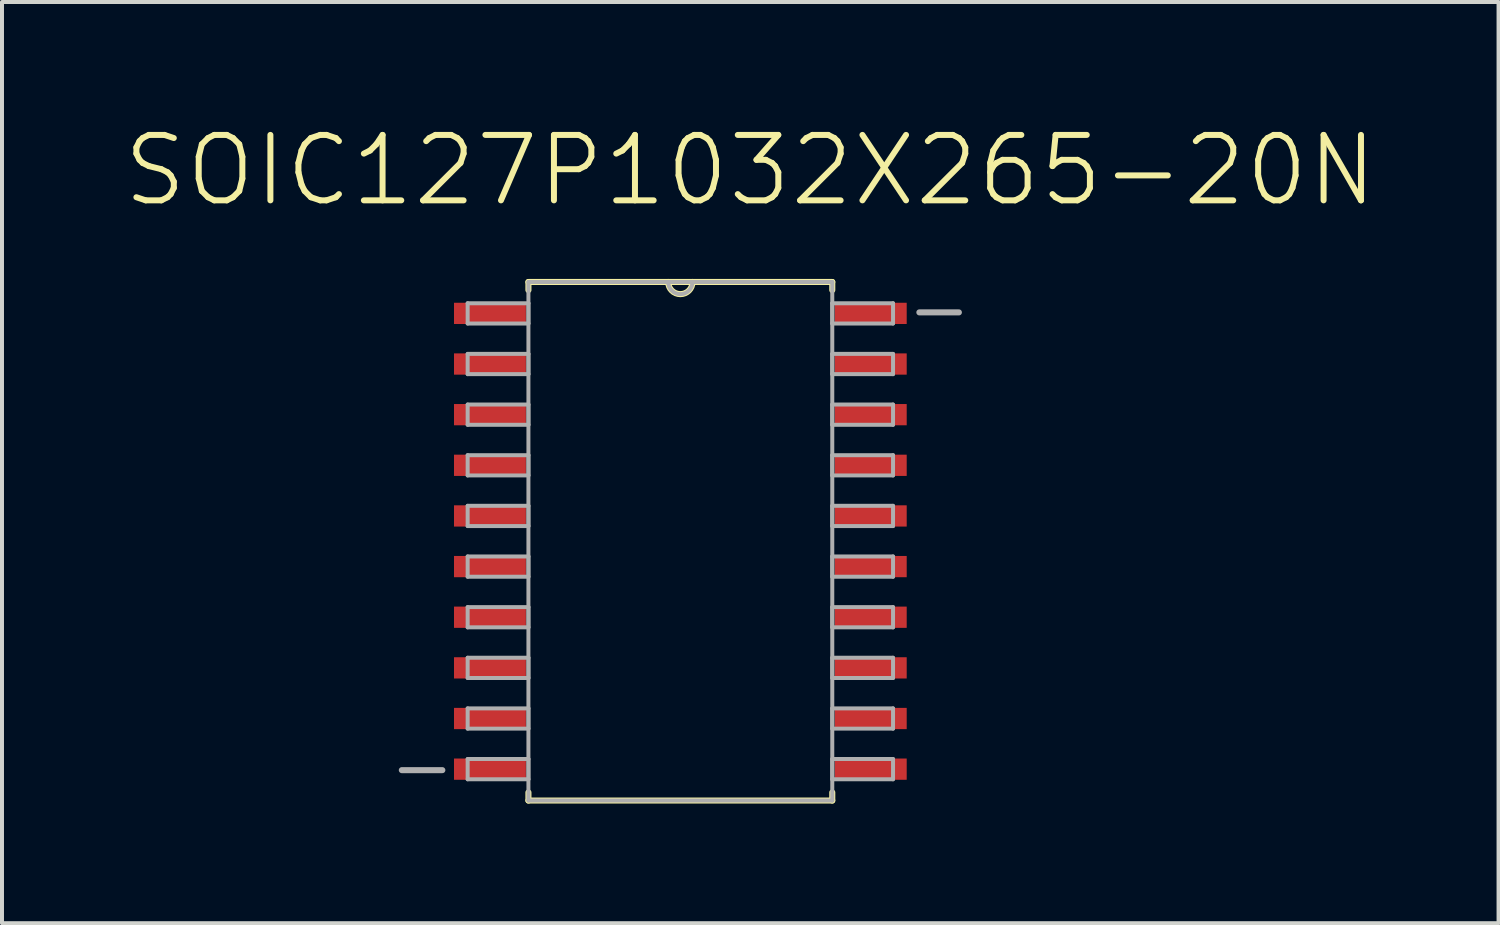
<source format=kicad_pcb>
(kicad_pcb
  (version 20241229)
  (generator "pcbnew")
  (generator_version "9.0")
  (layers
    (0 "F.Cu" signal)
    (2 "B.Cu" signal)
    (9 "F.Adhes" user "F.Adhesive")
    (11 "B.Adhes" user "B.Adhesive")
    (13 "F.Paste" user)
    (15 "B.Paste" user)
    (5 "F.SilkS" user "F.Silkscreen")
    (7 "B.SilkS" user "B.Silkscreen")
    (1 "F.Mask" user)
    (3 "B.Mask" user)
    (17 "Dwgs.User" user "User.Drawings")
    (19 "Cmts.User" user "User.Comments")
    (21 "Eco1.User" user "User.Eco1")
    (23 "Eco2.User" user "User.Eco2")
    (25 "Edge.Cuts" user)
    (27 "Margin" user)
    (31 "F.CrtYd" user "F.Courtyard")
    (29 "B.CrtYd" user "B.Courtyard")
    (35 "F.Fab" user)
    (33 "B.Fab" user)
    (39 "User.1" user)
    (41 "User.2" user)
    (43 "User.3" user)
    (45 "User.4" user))
  (footprint "SOIC127P1032X265-20N"
    (layer "F.Cu")
    (at 14.012 10.524)
    (property "Reference" "SOIC127P1032X265-20N" (at 1.753 -9.301 0) (layer "F.SilkS") (effects (font (size 1.641 1.641) (thickness 0.15))))
    (attr smd)
    (fp_line (start -3.81 -6.502) (end -3.81 -6.299) (stroke (width 0.152) (type solid)) (layer "F.SilkS"))
    (fp_line (start -3.81 6.299) (end -3.81 6.502) (stroke (width 0.152) (type solid)) (layer "F.SilkS"))
    (fp_line (start -3.81 6.502) (end 3.81 6.502) (stroke (width 0.152) (type solid)) (layer "F.SilkS"))
    (fp_line (start -0.305 -6.502) (end -3.81 -6.502) (stroke (width 0.152) (type solid)) (layer "F.SilkS"))
    (fp_line (start 0.305 -6.502) (end -0.305 -6.502) (stroke (width 0.152) (type solid)) (layer "F.SilkS"))
    (fp_line (start 3.81 -6.502) (end 0.305 -6.502) (stroke (width 0.152) (type solid)) (layer "F.SilkS"))
    (fp_line (start 3.81 -6.299) (end 3.81 -6.502) (stroke (width 0.152) (type solid)) (layer "F.SilkS"))
    (fp_line (start 3.81 6.502) (end 3.81 6.299) (stroke (width 0.152) (type solid)) (layer "F.SilkS"))
    (fp_arc (start 0.3048 -6.5024) (mid 0 -6.1976) (end -0.3048 -6.5024) (stroke (width 0.1524) (type solid)) (layer "F.SilkS"))
    (fp_line (start -6.985 5.74) (end -5.969 5.74) (stroke (width 0.152) (type solid)) (layer "F.Fab"))
    (fp_line (start -5.334 -5.969) (end -5.334 -5.461) (stroke (width 0.1) (type solid)) (layer "F.Fab"))
    (fp_line (start -5.334 -5.461) (end -3.81 -5.461) (stroke (width 0.1) (type solid)) (layer "F.Fab"))
    (fp_line (start -5.334 -4.699) (end -5.334 -4.191) (stroke (width 0.1) (type solid)) (layer "F.Fab"))
    (fp_line (start -5.334 -4.191) (end -3.81 -4.191) (stroke (width 0.1) (type solid)) (layer "F.Fab"))
    (fp_line (start -5.334 -3.429) (end -5.334 -2.921) (stroke (width 0.1) (type solid)) (layer "F.Fab"))
    (fp_line (start -5.334 -2.921) (end -3.81 -2.921) (stroke (width 0.1) (type solid)) (layer "F.Fab"))
    (fp_line (start -5.334 -2.159) (end -5.334 -1.651) (stroke (width 0.1) (type solid)) (layer "F.Fab"))
    (fp_line (start -5.334 -1.651) (end -3.81 -1.651) (stroke (width 0.1) (type solid)) (layer "F.Fab"))
    (fp_line (start -5.334 -0.889) (end -5.334 -0.381) (stroke (width 0.1) (type solid)) (layer "F.Fab"))
    (fp_line (start -5.334 -0.381) (end -3.81 -0.381) (stroke (width 0.1) (type solid)) (layer "F.Fab"))
    (fp_line (start -5.334 0.381) (end -5.334 0.889) (stroke (width 0.1) (type solid)) (layer "F.Fab"))
    (fp_line (start -5.334 0.889) (end -3.81 0.889) (stroke (width 0.1) (type solid)) (layer "F.Fab"))
    (fp_line (start -5.334 1.651) (end -5.334 2.159) (stroke (width 0.1) (type solid)) (layer "F.Fab"))
    (fp_line (start -5.334 2.159) (end -3.81 2.159) (stroke (width 0.1) (type solid)) (layer "F.Fab"))
    (fp_line (start -5.334 2.921) (end -5.334 3.429) (stroke (width 0.1) (type solid)) (layer "F.Fab"))
    (fp_line (start -5.334 3.429) (end -3.81 3.429) (stroke (width 0.1) (type solid)) (layer "F.Fab"))
    (fp_line (start -5.334 4.191) (end -5.334 4.699) (stroke (width 0.1) (type solid)) (layer "F.Fab"))
    (fp_line (start -5.334 4.699) (end -3.81 4.699) (stroke (width 0.1) (type solid)) (layer "F.Fab"))
    (fp_line (start -5.334 5.461) (end -5.334 5.969) (stroke (width 0.1) (type solid)) (layer "F.Fab"))
    (fp_line (start -5.334 5.969) (end -3.81 5.969) (stroke (width 0.1) (type solid)) (layer "F.Fab"))
    (fp_line (start -3.81 -6.502) (end -3.81 6.502) (stroke (width 0.1) (type solid)) (layer "F.Fab"))
    (fp_line (start -3.81 -5.969) (end -5.334 -5.969) (stroke (width 0.1) (type solid)) (layer "F.Fab"))
    (fp_line (start -3.81 -5.461) (end -3.81 -5.969) (stroke (width 0.1) (type solid)) (layer "F.Fab"))
    (fp_line (start -3.81 -4.699) (end -5.334 -4.699) (stroke (width 0.1) (type solid)) (layer "F.Fab"))
    (fp_line (start -3.81 -4.191) (end -3.81 -4.699) (stroke (width 0.1) (type solid)) (layer "F.Fab"))
    (fp_line (start -3.81 -3.429) (end -5.334 -3.429) (stroke (width 0.1) (type solid)) (layer "F.Fab"))
    (fp_line (start -3.81 -2.921) (end -3.81 -3.429) (stroke (width 0.1) (type solid)) (layer "F.Fab"))
    (fp_line (start -3.81 -2.159) (end -5.334 -2.159) (stroke (width 0.1) (type solid)) (layer "F.Fab"))
    (fp_line (start -3.81 -1.651) (end -3.81 -2.159) (stroke (width 0.1) (type solid)) (layer "F.Fab"))
    (fp_line (start -3.81 -0.889) (end -5.334 -0.889) (stroke (width 0.1) (type solid)) (layer "F.Fab"))
    (fp_line (start -3.81 -0.381) (end -3.81 -0.889) (stroke (width 0.1) (type solid)) (layer "F.Fab"))
    (fp_line (start -3.81 0.381) (end -5.334 0.381) (stroke (width 0.1) (type solid)) (layer "F.Fab"))
    (fp_line (start -3.81 0.889) (end -3.81 0.381) (stroke (width 0.1) (type solid)) (layer "F.Fab"))
    (fp_line (start -3.81 1.651) (end -5.334 1.651) (stroke (width 0.1) (type solid)) (layer "F.Fab"))
    (fp_line (start -3.81 2.159) (end -3.81 1.651) (stroke (width 0.1) (type solid)) (layer "F.Fab"))
    (fp_line (start -3.81 2.921) (end -5.334 2.921) (stroke (width 0.1) (type solid)) (layer "F.Fab"))
    (fp_line (start -3.81 3.429) (end -3.81 2.921) (stroke (width 0.1) (type solid)) (layer "F.Fab"))
    (fp_line (start -3.81 4.191) (end -5.334 4.191) (stroke (width 0.1) (type solid)) (layer "F.Fab"))
    (fp_line (start -3.81 4.699) (end -3.81 4.191) (stroke (width 0.1) (type solid)) (layer "F.Fab"))
    (fp_line (start -3.81 5.461) (end -5.334 5.461) (stroke (width 0.1) (type solid)) (layer "F.Fab"))
    (fp_line (start -3.81 5.969) (end -3.81 5.461) (stroke (width 0.1) (type solid)) (layer "F.Fab"))
    (fp_line (start -3.81 6.502) (end 3.81 6.502) (stroke (width 0.1) (type solid)) (layer "F.Fab"))
    (fp_line (start -0.305 -6.502) (end -3.81 -6.502) (stroke (width 0.1) (type solid)) (layer "F.Fab"))
    (fp_line (start 0.305 -6.502) (end -0.305 -6.502) (stroke (width 0.1) (type solid)) (layer "F.Fab"))
    (fp_line (start 3.81 -6.502) (end 0.305 -6.502) (stroke (width 0.1) (type solid)) (layer "F.Fab"))
    (fp_line (start 3.81 -5.969) (end 3.81 -5.461) (stroke (width 0.1) (type solid)) (layer "F.Fab"))
    (fp_line (start 3.81 -5.461) (end 5.334 -5.461) (stroke (width 0.1) (type solid)) (layer "F.Fab"))
    (fp_line (start 3.81 -4.699) (end 3.81 -4.191) (stroke (width 0.1) (type solid)) (layer "F.Fab"))
    (fp_line (start 3.81 -4.191) (end 5.334 -4.191) (stroke (width 0.1) (type solid)) (layer "F.Fab"))
    (fp_line (start 3.81 -3.429) (end 3.81 -2.921) (stroke (width 0.1) (type solid)) (layer "F.Fab"))
    (fp_line (start 3.81 -2.921) (end 5.334 -2.921) (stroke (width 0.1) (type solid)) (layer "F.Fab"))
    (fp_line (start 3.81 -2.159) (end 3.81 -1.651) (stroke (width 0.1) (type solid)) (layer "F.Fab"))
    (fp_line (start 3.81 -1.651) (end 5.334 -1.651) (stroke (width 0.1) (type solid)) (layer "F.Fab"))
    (fp_line (start 3.81 -0.889) (end 3.81 -0.381) (stroke (width 0.1) (type solid)) (layer "F.Fab"))
    (fp_line (start 3.81 -0.381) (end 5.334 -0.381) (stroke (width 0.1) (type solid)) (layer "F.Fab"))
    (fp_line (start 3.81 0.381) (end 3.81 0.889) (stroke (width 0.1) (type solid)) (layer "F.Fab"))
    (fp_line (start 3.81 0.889) (end 5.334 0.889) (stroke (width 0.1) (type solid)) (layer "F.Fab"))
    (fp_line (start 3.81 1.651) (end 3.81 2.159) (stroke (width 0.1) (type solid)) (layer "F.Fab"))
    (fp_line (start 3.81 2.159) (end 5.334 2.159) (stroke (width 0.1) (type solid)) (layer "F.Fab"))
    (fp_line (start 3.81 2.921) (end 3.81 3.429) (stroke (width 0.1) (type solid)) (layer "F.Fab"))
    (fp_line (start 3.81 3.429) (end 5.334 3.429) (stroke (width 0.1) (type solid)) (layer "F.Fab"))
    (fp_line (start 3.81 4.191) (end 3.81 4.699) (stroke (width 0.1) (type solid)) (layer "F.Fab"))
    (fp_line (start 3.81 4.699) (end 5.334 4.699) (stroke (width 0.1) (type solid)) (layer "F.Fab"))
    (fp_line (start 3.81 5.461) (end 3.81 5.969) (stroke (width 0.1) (type solid)) (layer "F.Fab"))
    (fp_line (start 3.81 5.969) (end 5.334 5.969) (stroke (width 0.1) (type solid)) (layer "F.Fab"))
    (fp_line (start 3.81 6.502) (end 3.81 -6.502) (stroke (width 0.1) (type solid)) (layer "F.Fab"))
    (fp_line (start 5.334 -5.969) (end 3.81 -5.969) (stroke (width 0.1) (type solid)) (layer "F.Fab"))
    (fp_line (start 5.334 -5.461) (end 5.334 -5.969) (stroke (width 0.1) (type solid)) (layer "F.Fab"))
    (fp_line (start 5.334 -4.699) (end 3.81 -4.699) (stroke (width 0.1) (type solid)) (layer "F.Fab"))
    (fp_line (start 5.334 -4.191) (end 5.334 -4.699) (stroke (width 0.1) (type solid)) (layer "F.Fab"))
    (fp_line (start 5.334 -3.429) (end 3.81 -3.429) (stroke (width 0.1) (type solid)) (layer "F.Fab"))
    (fp_line (start 5.334 -2.921) (end 5.334 -3.429) (stroke (width 0.1) (type solid)) (layer "F.Fab"))
    (fp_line (start 5.334 -2.159) (end 3.81 -2.159) (stroke (width 0.1) (type solid)) (layer "F.Fab"))
    (fp_line (start 5.334 -1.651) (end 5.334 -2.159) (stroke (width 0.1) (type solid)) (layer "F.Fab"))
    (fp_line (start 5.334 -0.889) (end 3.81 -0.889) (stroke (width 0.1) (type solid)) (layer "F.Fab"))
    (fp_line (start 5.334 -0.381) (end 5.334 -0.889) (stroke (width 0.1) (type solid)) (layer "F.Fab"))
    (fp_line (start 5.334 0.381) (end 3.81 0.381) (stroke (width 0.1) (type solid)) (layer "F.Fab"))
    (fp_line (start 5.334 0.889) (end 5.334 0.381) (stroke (width 0.1) (type solid)) (layer "F.Fab"))
    (fp_line (start 5.334 1.651) (end 3.81 1.651) (stroke (width 0.1) (type solid)) (layer "F.Fab"))
    (fp_line (start 5.334 2.159) (end 5.334 1.651) (stroke (width 0.1) (type solid)) (layer "F.Fab"))
    (fp_line (start 5.334 2.921) (end 3.81 2.921) (stroke (width 0.1) (type solid)) (layer "F.Fab"))
    (fp_line (start 5.334 3.429) (end 5.334 2.921) (stroke (width 0.1) (type solid)) (layer "F.Fab"))
    (fp_line (start 5.334 4.191) (end 3.81 4.191) (stroke (width 0.1) (type solid)) (layer "F.Fab"))
    (fp_line (start 5.334 4.699) (end 5.334 4.191) (stroke (width 0.1) (type solid)) (layer "F.Fab"))
    (fp_line (start 5.334 5.461) (end 3.81 5.461) (stroke (width 0.1) (type solid)) (layer "F.Fab"))
    (fp_line (start 5.334 5.969) (end 5.334 5.461) (stroke (width 0.1) (type solid)) (layer "F.Fab"))
    (fp_line (start 5.994 -5.74) (end 6.985 -5.74) (stroke (width 0.152) (type solid)) (layer "F.Fab"))
    (fp_arc (start 0.3048 -6.5024) (mid 0 -6.1976) (end -0.3048 -6.5024) (stroke (width 0.1) (type solid)) (layer "F.Fab"))
    (pad "1" smd rect (at -4.775 -5.715) (size 1.803 0.533) (layers "F.Cu" "F.Mask" "F.Paste"))
    (pad "2" smd rect (at -4.775 -4.445) (size 1.803 0.533) (layers "F.Cu" "F.Mask" "F.Paste"))
    (pad "3" smd rect (at -4.775 -3.175) (size 1.803 0.533) (layers "F.Cu" "F.Mask" "F.Paste"))
    (pad "4" smd rect (at -4.775 -1.905) (size 1.803 0.533) (layers "F.Cu" "F.Mask" "F.Paste"))
    (pad "5" smd rect (at -4.775 -0.635) (size 1.803 0.533) (layers "F.Cu" "F.Mask" "F.Paste"))
    (pad "6" smd rect (at -4.775 0.635) (size 1.803 0.533) (layers "F.Cu" "F.Mask" "F.Paste"))
    (pad "7" smd rect (at -4.775 1.905) (size 1.803 0.533) (layers "F.Cu" "F.Mask" "F.Paste"))
    (pad "8" smd rect (at -4.775 3.175) (size 1.803 0.533) (layers "F.Cu" "F.Mask" "F.Paste"))
    (pad "9" smd rect (at -4.775 4.445) (size 1.803 0.533) (layers "F.Cu" "F.Mask" "F.Paste"))
    (pad "10" smd rect (at -4.775 5.715) (size 1.803 0.533) (layers "F.Cu" "F.Mask" "F.Paste"))
    (pad "11" smd rect (at 4.775 5.715) (size 1.803 0.533) (layers "F.Cu" "F.Mask" "F.Paste"))
    (pad "12" smd rect (at 4.775 4.445) (size 1.803 0.533) (layers "F.Cu" "F.Mask" "F.Paste"))
    (pad "13" smd rect (at 4.775 3.175) (size 1.803 0.533) (layers "F.Cu" "F.Mask" "F.Paste"))
    (pad "14" smd rect (at 4.775 1.905) (size 1.803 0.533) (layers "F.Cu" "F.Mask" "F.Paste"))
    (pad "15" smd rect (at 4.775 0.635) (size 1.803 0.533) (layers "F.Cu" "F.Mask" "F.Paste"))
    (pad "16" smd rect (at 4.775 -0.635) (size 1.803 0.533) (layers "F.Cu" "F.Mask" "F.Paste"))
    (pad "17" smd rect (at 4.775 -1.905) (size 1.803 0.533) (layers "F.Cu" "F.Mask" "F.Paste"))
    (pad "18" smd rect (at 4.775 -3.175) (size 1.803 0.533) (layers "F.Cu" "F.Mask" "F.Paste"))
    (pad "19" smd rect (at 4.775 -4.445) (size 1.803 0.533) (layers "F.Cu" "F.Mask" "F.Paste"))
    (pad "20" smd rect (at 4.775 -5.715) (size 1.803 0.533) (layers "F.Cu" "F.Mask" "F.Paste")))
  (gr_rect
    (start -3 -3)
    (end 34.531 20.102)
    (stroke (width 0.1) (type default))
    (fill no)
    (layer "Edge.Cuts")))
</source>
